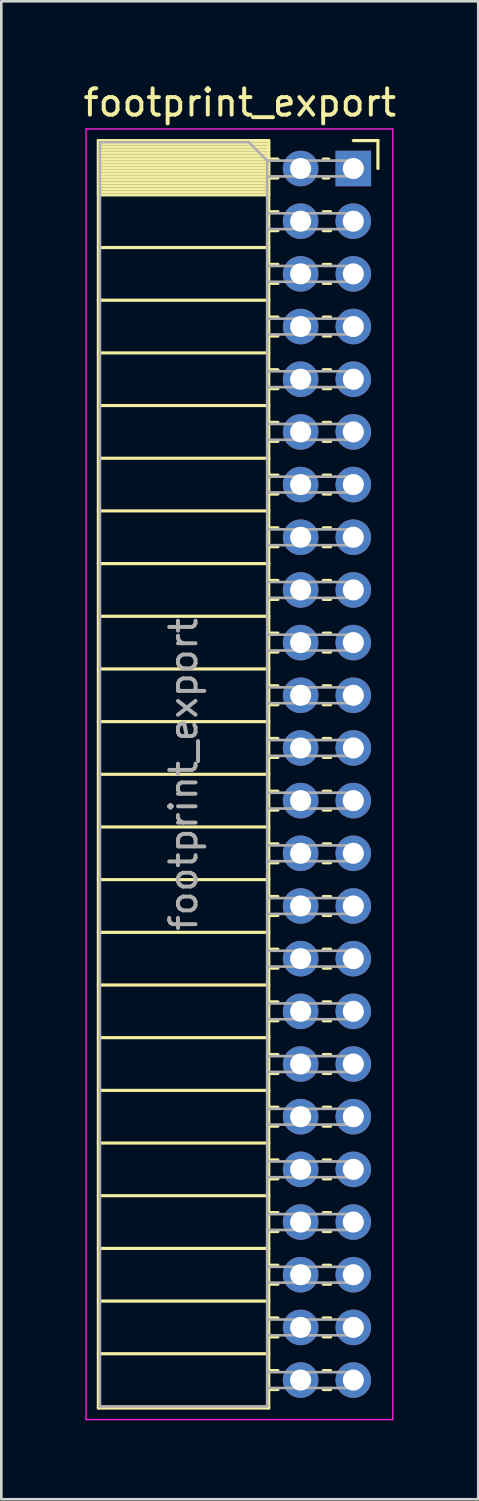
<source format=kicad_pcb>
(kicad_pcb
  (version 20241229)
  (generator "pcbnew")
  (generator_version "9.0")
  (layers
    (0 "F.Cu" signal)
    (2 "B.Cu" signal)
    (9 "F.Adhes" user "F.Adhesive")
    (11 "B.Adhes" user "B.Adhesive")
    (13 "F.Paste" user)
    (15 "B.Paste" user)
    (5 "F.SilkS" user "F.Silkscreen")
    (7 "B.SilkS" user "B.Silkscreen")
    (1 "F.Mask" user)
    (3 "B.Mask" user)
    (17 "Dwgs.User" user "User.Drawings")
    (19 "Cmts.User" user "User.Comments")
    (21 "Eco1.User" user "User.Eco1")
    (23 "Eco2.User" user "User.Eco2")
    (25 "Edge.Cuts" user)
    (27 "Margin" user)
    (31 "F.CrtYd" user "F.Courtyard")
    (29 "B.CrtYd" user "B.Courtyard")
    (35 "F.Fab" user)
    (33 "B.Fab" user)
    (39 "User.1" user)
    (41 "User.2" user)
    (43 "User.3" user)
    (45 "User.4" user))
  (footprint "footprint_export"
    (layer "F.Cu")
    (at 10.364 3.348)
    (property "Reference" "footprint_export" (at -4.31 -2.5 0) (layer "F.SilkS") (effects (font (size 1 1) (thickness 0.15))))
    (attr through_hole)
    (fp_line (start -9.68 -1.06) (end -9.68 47.06) (stroke (width 0.12) (type solid)) (layer "F.SilkS"))
    (fp_line (start -9.68 -1.06) (end -3.21 -1.06) (stroke (width 0.12) (type solid)) (layer "F.SilkS"))
    (fp_line (start -9.68 -0.94) (end -3.21 -0.94) (stroke (width 0.12) (type solid)) (layer "F.SilkS"))
    (fp_line (start -9.68 -0.826) (end -3.21 -0.826) (stroke (width 0.12) (type solid)) (layer "F.SilkS"))
    (fp_line (start -9.68 -0.712) (end -3.21 -0.712) (stroke (width 0.12) (type solid)) (layer "F.SilkS"))
    (fp_line (start -9.68 -0.598) (end -3.21 -0.598) (stroke (width 0.12) (type solid)) (layer "F.SilkS"))
    (fp_line (start -9.68 -0.484) (end -3.21 -0.484) (stroke (width 0.12) (type solid)) (layer "F.SilkS"))
    (fp_line (start -9.68 -0.369) (end -3.21 -0.369) (stroke (width 0.12) (type solid)) (layer "F.SilkS"))
    (fp_line (start -9.68 -0.255) (end -3.21 -0.255) (stroke (width 0.12) (type solid)) (layer "F.SilkS"))
    (fp_line (start -9.68 -0.141) (end -3.21 -0.141) (stroke (width 0.12) (type solid)) (layer "F.SilkS"))
    (fp_line (start -9.68 -0.027) (end -3.21 -0.027) (stroke (width 0.12) (type solid)) (layer "F.SilkS"))
    (fp_line (start -9.68 0.087) (end -3.21 0.087) (stroke (width 0.12) (type solid)) (layer "F.SilkS"))
    (fp_line (start -9.68 0.201) (end -3.21 0.201) (stroke (width 0.12) (type solid)) (layer "F.SilkS"))
    (fp_line (start -9.68 0.315) (end -3.21 0.315) (stroke (width 0.12) (type solid)) (layer "F.SilkS"))
    (fp_line (start -9.68 0.429) (end -3.21 0.429) (stroke (width 0.12) (type solid)) (layer "F.SilkS"))
    (fp_line (start -9.68 0.544) (end -3.21 0.544) (stroke (width 0.12) (type solid)) (layer "F.SilkS"))
    (fp_line (start -9.68 0.658) (end -3.21 0.658) (stroke (width 0.12) (type solid)) (layer "F.SilkS"))
    (fp_line (start -9.68 0.772) (end -3.21 0.772) (stroke (width 0.12) (type solid)) (layer "F.SilkS"))
    (fp_line (start -9.68 0.886) (end -3.21 0.886) (stroke (width 0.12) (type solid)) (layer "F.SilkS"))
    (fp_line (start -9.68 1) (end -3.21 1) (stroke (width 0.12) (type solid)) (layer "F.SilkS"))
    (fp_line (start -9.68 3) (end -3.21 3) (stroke (width 0.12) (type solid)) (layer "F.SilkS"))
    (fp_line (start -9.68 5) (end -3.21 5) (stroke (width 0.12) (type solid)) (layer "F.SilkS"))
    (fp_line (start -9.68 7) (end -3.21 7) (stroke (width 0.12) (type solid)) (layer "F.SilkS"))
    (fp_line (start -9.68 9) (end -3.21 9) (stroke (width 0.12) (type solid)) (layer "F.SilkS"))
    (fp_line (start -9.68 11) (end -3.21 11) (stroke (width 0.12) (type solid)) (layer "F.SilkS"))
    (fp_line (start -9.68 13) (end -3.21 13) (stroke (width 0.12) (type solid)) (layer "F.SilkS"))
    (fp_line (start -9.68 15) (end -3.21 15) (stroke (width 0.12) (type solid)) (layer "F.SilkS"))
    (fp_line (start -9.68 17) (end -3.21 17) (stroke (width 0.12) (type solid)) (layer "F.SilkS"))
    (fp_line (start -9.68 19) (end -3.21 19) (stroke (width 0.12) (type solid)) (layer "F.SilkS"))
    (fp_line (start -9.68 21) (end -3.21 21) (stroke (width 0.12) (type solid)) (layer "F.SilkS"))
    (fp_line (start -9.68 23) (end -3.21 23) (stroke (width 0.12) (type solid)) (layer "F.SilkS"))
    (fp_line (start -9.68 25) (end -3.21 25) (stroke (width 0.12) (type solid)) (layer "F.SilkS"))
    (fp_line (start -9.68 27) (end -3.21 27) (stroke (width 0.12) (type solid)) (layer "F.SilkS"))
    (fp_line (start -9.68 29) (end -3.21 29) (stroke (width 0.12) (type solid)) (layer "F.SilkS"))
    (fp_line (start -9.68 31) (end -3.21 31) (stroke (width 0.12) (type solid)) (layer "F.SilkS"))
    (fp_line (start -9.68 33) (end -3.21 33) (stroke (width 0.12) (type solid)) (layer "F.SilkS"))
    (fp_line (start -9.68 35) (end -3.21 35) (stroke (width 0.12) (type solid)) (layer "F.SilkS"))
    (fp_line (start -9.68 37) (end -3.21 37) (stroke (width 0.12) (type solid)) (layer "F.SilkS"))
    (fp_line (start -9.68 39) (end -3.21 39) (stroke (width 0.12) (type solid)) (layer "F.SilkS"))
    (fp_line (start -9.68 41) (end -3.21 41) (stroke (width 0.12) (type solid)) (layer "F.SilkS"))
    (fp_line (start -9.68 43) (end -3.21 43) (stroke (width 0.12) (type solid)) (layer "F.SilkS"))
    (fp_line (start -9.68 45) (end -3.21 45) (stroke (width 0.12) (type solid)) (layer "F.SilkS"))
    (fp_line (start -9.68 47.06) (end -3.21 47.06) (stroke (width 0.12) (type solid)) (layer "F.SilkS"))
    (fp_line (start -3.21 -1.06) (end -3.21 47.06) (stroke (width 0.12) (type solid)) (layer "F.SilkS"))
    (fp_line (start -3.21 -0.36) (end -2.863 -0.36) (stroke (width 0.12) (type solid)) (layer "F.SilkS"))
    (fp_line (start -3.21 0.36) (end -2.863 0.36) (stroke (width 0.12) (type solid)) (layer "F.SilkS"))
    (fp_line (start -3.21 1.64) (end -2.863 1.64) (stroke (width 0.12) (type solid)) (layer "F.SilkS"))
    (fp_line (start -3.21 2.36) (end -2.863 2.36) (stroke (width 0.12) (type solid)) (layer "F.SilkS"))
    (fp_line (start -3.21 3.64) (end -2.863 3.64) (stroke (width 0.12) (type solid)) (layer "F.SilkS"))
    (fp_line (start -3.21 4.36) (end -2.863 4.36) (stroke (width 0.12) (type solid)) (layer "F.SilkS"))
    (fp_line (start -3.21 5.64) (end -2.863 5.64) (stroke (width 0.12) (type solid)) (layer "F.SilkS"))
    (fp_line (start -3.21 6.36) (end -2.863 6.36) (stroke (width 0.12) (type solid)) (layer "F.SilkS"))
    (fp_line (start -3.21 7.64) (end -2.863 7.64) (stroke (width 0.12) (type solid)) (layer "F.SilkS"))
    (fp_line (start -3.21 8.36) (end -2.863 8.36) (stroke (width 0.12) (type solid)) (layer "F.SilkS"))
    (fp_line (start -3.21 9.64) (end -2.863 9.64) (stroke (width 0.12) (type solid)) (layer "F.SilkS"))
    (fp_line (start -3.21 10.36) (end -2.863 10.36) (stroke (width 0.12) (type solid)) (layer "F.SilkS"))
    (fp_line (start -3.21 11.64) (end -2.863 11.64) (stroke (width 0.12) (type solid)) (layer "F.SilkS"))
    (fp_line (start -3.21 12.36) (end -2.863 12.36) (stroke (width 0.12) (type solid)) (layer "F.SilkS"))
    (fp_line (start -3.21 13.64) (end -2.863 13.64) (stroke (width 0.12) (type solid)) (layer "F.SilkS"))
    (fp_line (start -3.21 14.36) (end -2.863 14.36) (stroke (width 0.12) (type solid)) (layer "F.SilkS"))
    (fp_line (start -3.21 15.64) (end -2.863 15.64) (stroke (width 0.12) (type solid)) (layer "F.SilkS"))
    (fp_line (start -3.21 16.36) (end -2.863 16.36) (stroke (width 0.12) (type solid)) (layer "F.SilkS"))
    (fp_line (start -3.21 17.64) (end -2.863 17.64) (stroke (width 0.12) (type solid)) (layer "F.SilkS"))
    (fp_line (start -3.21 18.36) (end -2.863 18.36) (stroke (width 0.12) (type solid)) (layer "F.SilkS"))
    (fp_line (start -3.21 19.64) (end -2.863 19.64) (stroke (width 0.12) (type solid)) (layer "F.SilkS"))
    (fp_line (start -3.21 20.36) (end -2.863 20.36) (stroke (width 0.12) (type solid)) (layer "F.SilkS"))
    (fp_line (start -3.21 21.64) (end -2.863 21.64) (stroke (width 0.12) (type solid)) (layer "F.SilkS"))
    (fp_line (start -3.21 22.36) (end -2.863 22.36) (stroke (width 0.12) (type solid)) (layer "F.SilkS"))
    (fp_line (start -3.21 23.64) (end -2.863 23.64) (stroke (width 0.12) (type solid)) (layer "F.SilkS"))
    (fp_line (start -3.21 24.36) (end -2.863 24.36) (stroke (width 0.12) (type solid)) (layer "F.SilkS"))
    (fp_line (start -3.21 25.64) (end -2.863 25.64) (stroke (width 0.12) (type solid)) (layer "F.SilkS"))
    (fp_line (start -3.21 26.36) (end -2.863 26.36) (stroke (width 0.12) (type solid)) (layer "F.SilkS"))
    (fp_line (start -3.21 27.64) (end -2.863 27.64) (stroke (width 0.12) (type solid)) (layer "F.SilkS"))
    (fp_line (start -3.21 28.36) (end -2.863 28.36) (stroke (width 0.12) (type solid)) (layer "F.SilkS"))
    (fp_line (start -3.21 29.64) (end -2.863 29.64) (stroke (width 0.12) (type solid)) (layer "F.SilkS"))
    (fp_line (start -3.21 30.36) (end -2.863 30.36) (stroke (width 0.12) (type solid)) (layer "F.SilkS"))
    (fp_line (start -3.21 31.64) (end -2.863 31.64) (stroke (width 0.12) (type solid)) (layer "F.SilkS"))
    (fp_line (start -3.21 32.36) (end -2.863 32.36) (stroke (width 0.12) (type solid)) (layer "F.SilkS"))
    (fp_line (start -3.21 33.64) (end -2.863 33.64) (stroke (width 0.12) (type solid)) (layer "F.SilkS"))
    (fp_line (start -3.21 34.36) (end -2.863 34.36) (stroke (width 0.12) (type solid)) (layer "F.SilkS"))
    (fp_line (start -3.21 35.64) (end -2.863 35.64) (stroke (width 0.12) (type solid)) (layer "F.SilkS"))
    (fp_line (start -3.21 36.36) (end -2.863 36.36) (stroke (width 0.12) (type solid)) (layer "F.SilkS"))
    (fp_line (start -3.21 37.64) (end -2.863 37.64) (stroke (width 0.12) (type solid)) (layer "F.SilkS"))
    (fp_line (start -3.21 38.36) (end -2.863 38.36) (stroke (width 0.12) (type solid)) (layer "F.SilkS"))
    (fp_line (start -3.21 39.64) (end -2.863 39.64) (stroke (width 0.12) (type solid)) (layer "F.SilkS"))
    (fp_line (start -3.21 40.36) (end -2.863 40.36) (stroke (width 0.12) (type solid)) (layer "F.SilkS"))
    (fp_line (start -3.21 41.64) (end -2.863 41.64) (stroke (width 0.12) (type solid)) (layer "F.SilkS"))
    (fp_line (start -3.21 42.36) (end -2.863 42.36) (stroke (width 0.12) (type solid)) (layer "F.SilkS"))
    (fp_line (start -3.21 43.64) (end -2.863 43.64) (stroke (width 0.12) (type solid)) (layer "F.SilkS"))
    (fp_line (start -3.21 44.36) (end -2.863 44.36) (stroke (width 0.12) (type solid)) (layer "F.SilkS"))
    (fp_line (start -3.21 45.64) (end -2.863 45.64) (stroke (width 0.12) (type solid)) (layer "F.SilkS"))
    (fp_line (start -3.21 46.36) (end -2.863 46.36) (stroke (width 0.12) (type solid)) (layer "F.SilkS"))
    (fp_line (start -1.137 -0.36) (end -0.935 -0.36) (stroke (width 0.12) (type solid)) (layer "F.SilkS"))
    (fp_line (start -1.137 0.36) (end -0.935 0.36) (stroke (width 0.12) (type solid)) (layer "F.SilkS"))
    (fp_line (start -1.137 1.64) (end -0.863 1.64) (stroke (width 0.12) (type solid)) (layer "F.SilkS"))
    (fp_line (start -1.137 2.36) (end -0.863 2.36) (stroke (width 0.12) (type solid)) (layer "F.SilkS"))
    (fp_line (start -1.137 3.64) (end -0.863 3.64) (stroke (width 0.12) (type solid)) (layer "F.SilkS"))
    (fp_line (start -1.137 4.36) (end -0.863 4.36) (stroke (width 0.12) (type solid)) (layer "F.SilkS"))
    (fp_line (start -1.137 5.64) (end -0.863 5.64) (stroke (width 0.12) (type solid)) (layer "F.SilkS"))
    (fp_line (start -1.137 6.36) (end -0.863 6.36) (stroke (width 0.12) (type solid)) (layer "F.SilkS"))
    (fp_line (start -1.137 7.64) (end -0.863 7.64) (stroke (width 0.12) (type solid)) (layer "F.SilkS"))
    (fp_line (start -1.137 8.36) (end -0.863 8.36) (stroke (width 0.12) (type solid)) (layer "F.SilkS"))
    (fp_line (start -1.137 9.64) (end -0.863 9.64) (stroke (width 0.12) (type solid)) (layer "F.SilkS"))
    (fp_line (start -1.137 10.36) (end -0.863 10.36) (stroke (width 0.12) (type solid)) (layer "F.SilkS"))
    (fp_line (start -1.137 11.64) (end -0.863 11.64) (stroke (width 0.12) (type solid)) (layer "F.SilkS"))
    (fp_line (start -1.137 12.36) (end -0.863 12.36) (stroke (width 0.12) (type solid)) (layer "F.SilkS"))
    (fp_line (start -1.137 13.64) (end -0.863 13.64) (stroke (width 0.12) (type solid)) (layer "F.SilkS"))
    (fp_line (start -1.137 14.36) (end -0.863 14.36) (stroke (width 0.12) (type solid)) (layer "F.SilkS"))
    (fp_line (start -1.137 15.64) (end -0.863 15.64) (stroke (width 0.12) (type solid)) (layer "F.SilkS"))
    (fp_line (start -1.137 16.36) (end -0.863 16.36) (stroke (width 0.12) (type solid)) (layer "F.SilkS"))
    (fp_line (start -1.137 17.64) (end -0.863 17.64) (stroke (width 0.12) (type solid)) (layer "F.SilkS"))
    (fp_line (start -1.137 18.36) (end -0.863 18.36) (stroke (width 0.12) (type solid)) (layer "F.SilkS"))
    (fp_line (start -1.137 19.64) (end -0.863 19.64) (stroke (width 0.12) (type solid)) (layer "F.SilkS"))
    (fp_line (start -1.137 20.36) (end -0.863 20.36) (stroke (width 0.12) (type solid)) (layer "F.SilkS"))
    (fp_line (start -1.137 21.64) (end -0.863 21.64) (stroke (width 0.12) (type solid)) (layer "F.SilkS"))
    (fp_line (start -1.137 22.36) (end -0.863 22.36) (stroke (width 0.12) (type solid)) (layer "F.SilkS"))
    (fp_line (start -1.137 23.64) (end -0.863 23.64) (stroke (width 0.12) (type solid)) (layer "F.SilkS"))
    (fp_line (start -1.137 24.36) (end -0.863 24.36) (stroke (width 0.12) (type solid)) (layer "F.SilkS"))
    (fp_line (start -1.137 25.64) (end -0.863 25.64) (stroke (width 0.12) (type solid)) (layer "F.SilkS"))
    (fp_line (start -1.137 26.36) (end -0.863 26.36) (stroke (width 0.12) (type solid)) (layer "F.SilkS"))
    (fp_line (start -1.137 27.64) (end -0.863 27.64) (stroke (width 0.12) (type solid)) (layer "F.SilkS"))
    (fp_line (start -1.137 28.36) (end -0.863 28.36) (stroke (width 0.12) (type solid)) (layer "F.SilkS"))
    (fp_line (start -1.137 29.64) (end -0.863 29.64) (stroke (width 0.12) (type solid)) (layer "F.SilkS"))
    (fp_line (start -1.137 30.36) (end -0.863 30.36) (stroke (width 0.12) (type solid)) (layer "F.SilkS"))
    (fp_line (start -1.137 31.64) (end -0.863 31.64) (stroke (width 0.12) (type solid)) (layer "F.SilkS"))
    (fp_line (start -1.137 32.36) (end -0.863 32.36) (stroke (width 0.12) (type solid)) (layer "F.SilkS"))
    (fp_line (start -1.137 33.64) (end -0.863 33.64) (stroke (width 0.12) (type solid)) (layer "F.SilkS"))
    (fp_line (start -1.137 34.36) (end -0.863 34.36) (stroke (width 0.12) (type solid)) (layer "F.SilkS"))
    (fp_line (start -1.137 35.64) (end -0.863 35.64) (stroke (width 0.12) (type solid)) (layer "F.SilkS"))
    (fp_line (start -1.137 36.36) (end -0.863 36.36) (stroke (width 0.12) (type solid)) (layer "F.SilkS"))
    (fp_line (start -1.137 37.64) (end -0.863 37.64) (stroke (width 0.12) (type solid)) (layer "F.SilkS"))
    (fp_line (start -1.137 38.36) (end -0.863 38.36) (stroke (width 0.12) (type solid)) (layer "F.SilkS"))
    (fp_line (start -1.137 39.64) (end -0.863 39.64) (stroke (width 0.12) (type solid)) (layer "F.SilkS"))
    (fp_line (start -1.137 40.36) (end -0.863 40.36) (stroke (width 0.12) (type solid)) (layer "F.SilkS"))
    (fp_line (start -1.137 41.64) (end -0.863 41.64) (stroke (width 0.12) (type solid)) (layer "F.SilkS"))
    (fp_line (start -1.137 42.36) (end -0.863 42.36) (stroke (width 0.12) (type solid)) (layer "F.SilkS"))
    (fp_line (start -1.137 43.64) (end -0.863 43.64) (stroke (width 0.12) (type solid)) (layer "F.SilkS"))
    (fp_line (start -1.137 44.36) (end -0.863 44.36) (stroke (width 0.12) (type solid)) (layer "F.SilkS"))
    (fp_line (start -1.137 45.64) (end -0.863 45.64) (stroke (width 0.12) (type solid)) (layer "F.SilkS"))
    (fp_line (start -1.137 46.36) (end -0.863 46.36) (stroke (width 0.12) (type solid)) (layer "F.SilkS"))
    (fp_line (start 0 -1.06) (end 0.935 -1.06) (stroke (width 0.12) (type solid)) (layer "F.SilkS"))
    (fp_line (start 0.935 -1.06) (end 0.935 0) (stroke (width 0.12) (type solid)) (layer "F.SilkS"))
    (fp_line (start -10.15 -1.5) (end -10.15 47.5) (stroke (width 0.05) (type solid)) (layer "F.CrtYd"))
    (fp_line (start -10.15 47.5) (end 1.5 47.5) (stroke (width 0.05) (type solid)) (layer "F.CrtYd"))
    (fp_line (start 1.5 -1.5) (end -10.15 -1.5) (stroke (width 0.05) (type solid)) (layer "F.CrtYd"))
    (fp_line (start 1.5 47.5) (end 1.5 -1.5) (stroke (width 0.05) (type solid)) (layer "F.CrtYd"))
    (fp_line (start -9.62 -1) (end -3.97 -1) (stroke (width 0.1) (type solid)) (layer "F.Fab"))
    (fp_line (start -9.62 47) (end -9.62 -1) (stroke (width 0.1) (type solid)) (layer "F.Fab"))
    (fp_line (start -3.97 -1) (end -3.27 -0.3) (stroke (width 0.1) (type solid)) (layer "F.Fab"))
    (fp_line (start -3.27 -0.3) (end -3.27 47) (stroke (width 0.1) (type solid)) (layer "F.Fab"))
    (fp_line (start -3.27 0.3) (end 0 0.3) (stroke (width 0.1) (type solid)) (layer "F.Fab"))
    (fp_line (start -3.27 2.3) (end 0 2.3) (stroke (width 0.1) (type solid)) (layer "F.Fab"))
    (fp_line (start -3.27 4.3) (end 0 4.3) (stroke (width 0.1) (type solid)) (layer "F.Fab"))
    (fp_line (start -3.27 6.3) (end 0 6.3) (stroke (width 0.1) (type solid)) (layer "F.Fab"))
    (fp_line (start -3.27 8.3) (end 0 8.3) (stroke (width 0.1) (type solid)) (layer "F.Fab"))
    (fp_line (start -3.27 10.3) (end 0 10.3) (stroke (width 0.1) (type solid)) (layer "F.Fab"))
    (fp_line (start -3.27 12.3) (end 0 12.3) (stroke (width 0.1) (type solid)) (layer "F.Fab"))
    (fp_line (start -3.27 14.3) (end 0 14.3) (stroke (width 0.1) (type solid)) (layer "F.Fab"))
    (fp_line (start -3.27 16.3) (end 0 16.3) (stroke (width 0.1) (type solid)) (layer "F.Fab"))
    (fp_line (start -3.27 18.3) (end 0 18.3) (stroke (width 0.1) (type solid)) (layer "F.Fab"))
    (fp_line (start -3.27 20.3) (end 0 20.3) (stroke (width 0.1) (type solid)) (layer "F.Fab"))
    (fp_line (start -3.27 22.3) (end 0 22.3) (stroke (width 0.1) (type solid)) (layer "F.Fab"))
    (fp_line (start -3.27 24.3) (end 0 24.3) (stroke (width 0.1) (type solid)) (layer "F.Fab"))
    (fp_line (start -3.27 26.3) (end 0 26.3) (stroke (width 0.1) (type solid)) (layer "F.Fab"))
    (fp_line (start -3.27 28.3) (end 0 28.3) (stroke (width 0.1) (type solid)) (layer "F.Fab"))
    (fp_line (start -3.27 30.3) (end 0 30.3) (stroke (width 0.1) (type solid)) (layer "F.Fab"))
    (fp_line (start -3.27 32.3) (end 0 32.3) (stroke (width 0.1) (type solid)) (layer "F.Fab"))
    (fp_line (start -3.27 34.3) (end 0 34.3) (stroke (width 0.1) (type solid)) (layer "F.Fab"))
    (fp_line (start -3.27 36.3) (end 0 36.3) (stroke (width 0.1) (type solid)) (layer "F.Fab"))
    (fp_line (start -3.27 38.3) (end 0 38.3) (stroke (width 0.1) (type solid)) (layer "F.Fab"))
    (fp_line (start -3.27 40.3) (end 0 40.3) (stroke (width 0.1) (type solid)) (layer "F.Fab"))
    (fp_line (start -3.27 42.3) (end 0 42.3) (stroke (width 0.1) (type solid)) (layer "F.Fab"))
    (fp_line (start -3.27 44.3) (end 0 44.3) (stroke (width 0.1) (type solid)) (layer "F.Fab"))
    (fp_line (start -3.27 46.3) (end 0 46.3) (stroke (width 0.1) (type solid)) (layer "F.Fab"))
    (fp_line (start -3.27 47) (end -9.62 47) (stroke (width 0.1) (type solid)) (layer "F.Fab"))
    (fp_line (start 0 -0.3) (end -3.27 -0.3) (stroke (width 0.1) (type solid)) (layer "F.Fab"))
    (fp_line (start 0 0.3) (end 0 -0.3) (stroke (width 0.1) (type solid)) (layer "F.Fab"))
    (fp_line (start 0 1.7) (end -3.27 1.7) (stroke (width 0.1) (type solid)) (layer "F.Fab"))
    (fp_line (start 0 2.3) (end 0 1.7) (stroke (width 0.1) (type solid)) (layer "F.Fab"))
    (fp_line (start 0 3.7) (end -3.27 3.7) (stroke (width 0.1) (type solid)) (layer "F.Fab"))
    (fp_line (start 0 4.3) (end 0 3.7) (stroke (width 0.1) (type solid)) (layer "F.Fab"))
    (fp_line (start 0 5.7) (end -3.27 5.7) (stroke (width 0.1) (type solid)) (layer "F.Fab"))
    (fp_line (start 0 6.3) (end 0 5.7) (stroke (width 0.1) (type solid)) (layer "F.Fab"))
    (fp_line (start 0 7.7) (end -3.27 7.7) (stroke (width 0.1) (type solid)) (layer "F.Fab"))
    (fp_line (start 0 8.3) (end 0 7.7) (stroke (width 0.1) (type solid)) (layer "F.Fab"))
    (fp_line (start 0 9.7) (end -3.27 9.7) (stroke (width 0.1) (type solid)) (layer "F.Fab"))
    (fp_line (start 0 10.3) (end 0 9.7) (stroke (width 0.1) (type solid)) (layer "F.Fab"))
    (fp_line (start 0 11.7) (end -3.27 11.7) (stroke (width 0.1) (type solid)) (layer "F.Fab"))
    (fp_line (start 0 12.3) (end 0 11.7) (stroke (width 0.1) (type solid)) (layer "F.Fab"))
    (fp_line (start 0 13.7) (end -3.27 13.7) (stroke (width 0.1) (type solid)) (layer "F.Fab"))
    (fp_line (start 0 14.3) (end 0 13.7) (stroke (width 0.1) (type solid)) (layer "F.Fab"))
    (fp_line (start 0 15.7) (end -3.27 15.7) (stroke (width 0.1) (type solid)) (layer "F.Fab"))
    (fp_line (start 0 16.3) (end 0 15.7) (stroke (width 0.1) (type solid)) (layer "F.Fab"))
    (fp_line (start 0 17.7) (end -3.27 17.7) (stroke (width 0.1) (type solid)) (layer "F.Fab"))
    (fp_line (start 0 18.3) (end 0 17.7) (stroke (width 0.1) (type solid)) (layer "F.Fab"))
    (fp_line (start 0 19.7) (end -3.27 19.7) (stroke (width 0.1) (type solid)) (layer "F.Fab"))
    (fp_line (start 0 20.3) (end 0 19.7) (stroke (width 0.1) (type solid)) (layer "F.Fab"))
    (fp_line (start 0 21.7) (end -3.27 21.7) (stroke (width 0.1) (type solid)) (layer "F.Fab"))
    (fp_line (start 0 22.3) (end 0 21.7) (stroke (width 0.1) (type solid)) (layer "F.Fab"))
    (fp_line (start 0 23.7) (end -3.27 23.7) (stroke (width 0.1) (type solid)) (layer "F.Fab"))
    (fp_line (start 0 24.3) (end 0 23.7) (stroke (width 0.1) (type solid)) (layer "F.Fab"))
    (fp_line (start 0 25.7) (end -3.27 25.7) (stroke (width 0.1) (type solid)) (layer "F.Fab"))
    (fp_line (start 0 26.3) (end 0 25.7) (stroke (width 0.1) (type solid)) (layer "F.Fab"))
    (fp_line (start 0 27.7) (end -3.27 27.7) (stroke (width 0.1) (type solid)) (layer "F.Fab"))
    (fp_line (start 0 28.3) (end 0 27.7) (stroke (width 0.1) (type solid)) (layer "F.Fab"))
    (fp_line (start 0 29.7) (end -3.27 29.7) (stroke (width 0.1) (type solid)) (layer "F.Fab"))
    (fp_line (start 0 30.3) (end 0 29.7) (stroke (width 0.1) (type solid)) (layer "F.Fab"))
    (fp_line (start 0 31.7) (end -3.27 31.7) (stroke (width 0.1) (type solid)) (layer "F.Fab"))
    (fp_line (start 0 32.3) (end 0 31.7) (stroke (width 0.1) (type solid)) (layer "F.Fab"))
    (fp_line (start 0 33.7) (end -3.27 33.7) (stroke (width 0.1) (type solid)) (layer "F.Fab"))
    (fp_line (start 0 34.3) (end 0 33.7) (stroke (width 0.1) (type solid)) (layer "F.Fab"))
    (fp_line (start 0 35.7) (end -3.27 35.7) (stroke (width 0.1) (type solid)) (layer "F.Fab"))
    (fp_line (start 0 36.3) (end 0 35.7) (stroke (width 0.1) (type solid)) (layer "F.Fab"))
    (fp_line (start 0 37.7) (end -3.27 37.7) (stroke (width 0.1) (type solid)) (layer "F.Fab"))
    (fp_line (start 0 38.3) (end 0 37.7) (stroke (width 0.1) (type solid)) (layer "F.Fab"))
    (fp_line (start 0 39.7) (end -3.27 39.7) (stroke (width 0.1) (type solid)) (layer "F.Fab"))
    (fp_line (start 0 40.3) (end 0 39.7) (stroke (width 0.1) (type solid)) (layer "F.Fab"))
    (fp_line (start 0 41.7) (end -3.27 41.7) (stroke (width 0.1) (type solid)) (layer "F.Fab"))
    (fp_line (start 0 42.3) (end 0 41.7) (stroke (width 0.1) (type solid)) (layer "F.Fab"))
    (fp_line (start 0 43.7) (end -3.27 43.7) (stroke (width 0.1) (type solid)) (layer "F.Fab"))
    (fp_line (start 0 44.3) (end 0 43.7) (stroke (width 0.1) (type solid)) (layer "F.Fab"))
    (fp_line (start 0 45.7) (end -3.27 45.7) (stroke (width 0.1) (type solid)) (layer "F.Fab"))
    (fp_line (start 0 46.3) (end 0 45.7) (stroke (width 0.1) (type solid)) (layer "F.Fab"))
    (fp_text user "${REFERENCE}" (at -6.445 23 90) (layer "F.Fab") (effects (font (size 1 1) (thickness 0.15))))
    (pad "1" thru_hole rect (at 0 0) (size 1.35 1.35) (drill 0.8) (layers "*.Cu" "*.Mask"))
    (pad "2" thru_hole oval (at -2 0) (size 1.35 1.35) (drill 0.8) (layers "*.Cu" "*.Mask"))
    (pad "3" thru_hole oval (at 0 2) (size 1.35 1.35) (drill 0.8) (layers "*.Cu" "*.Mask"))
    (pad "4" thru_hole oval (at -2 2) (size 1.35 1.35) (drill 0.8) (layers "*.Cu" "*.Mask"))
    (pad "5" thru_hole oval (at 0 4) (size 1.35 1.35) (drill 0.8) (layers "*.Cu" "*.Mask"))
    (pad "6" thru_hole oval (at -2 4) (size 1.35 1.35) (drill 0.8) (layers "*.Cu" "*.Mask"))
    (pad "7" thru_hole oval (at 0 6) (size 1.35 1.35) (drill 0.8) (layers "*.Cu" "*.Mask"))
    (pad "8" thru_hole oval (at -2 6) (size 1.35 1.35) (drill 0.8) (layers "*.Cu" "*.Mask"))
    (pad "9" thru_hole oval (at 0 8) (size 1.35 1.35) (drill 0.8) (layers "*.Cu" "*.Mask"))
    (pad "10" thru_hole oval (at -2 8) (size 1.35 1.35) (drill 0.8) (layers "*.Cu" "*.Mask"))
    (pad "11" thru_hole oval (at 0 10) (size 1.35 1.35) (drill 0.8) (layers "*.Cu" "*.Mask"))
    (pad "12" thru_hole oval (at -2 10) (size 1.35 1.35) (drill 0.8) (layers "*.Cu" "*.Mask"))
    (pad "13" thru_hole oval (at 0 12) (size 1.35 1.35) (drill 0.8) (layers "*.Cu" "*.Mask"))
    (pad "14" thru_hole oval (at -2 12) (size 1.35 1.35) (drill 0.8) (layers "*.Cu" "*.Mask"))
    (pad "15" thru_hole oval (at 0 14) (size 1.35 1.35) (drill 0.8) (layers "*.Cu" "*.Mask"))
    (pad "16" thru_hole oval (at -2 14) (size 1.35 1.35) (drill 0.8) (layers "*.Cu" "*.Mask"))
    (pad "17" thru_hole oval (at 0 16) (size 1.35 1.35) (drill 0.8) (layers "*.Cu" "*.Mask"))
    (pad "18" thru_hole oval (at -2 16) (size 1.35 1.35) (drill 0.8) (layers "*.Cu" "*.Mask"))
    (pad "19" thru_hole oval (at 0 18) (size 1.35 1.35) (drill 0.8) (layers "*.Cu" "*.Mask"))
    (pad "20" thru_hole oval (at -2 18) (size 1.35 1.35) (drill 0.8) (layers "*.Cu" "*.Mask"))
    (pad "21" thru_hole oval (at 0 20) (size 1.35 1.35) (drill 0.8) (layers "*.Cu" "*.Mask"))
    (pad "22" thru_hole oval (at -2 20) (size 1.35 1.35) (drill 0.8) (layers "*.Cu" "*.Mask"))
    (pad "23" thru_hole oval (at 0 22) (size 1.35 1.35) (drill 0.8) (layers "*.Cu" "*.Mask"))
    (pad "24" thru_hole oval (at -2 22) (size 1.35 1.35) (drill 0.8) (layers "*.Cu" "*.Mask"))
    (pad "25" thru_hole oval (at 0 24) (size 1.35 1.35) (drill 0.8) (layers "*.Cu" "*.Mask"))
    (pad "26" thru_hole oval (at -2 24) (size 1.35 1.35) (drill 0.8) (layers "*.Cu" "*.Mask"))
    (pad "27" thru_hole oval (at 0 26) (size 1.35 1.35) (drill 0.8) (layers "*.Cu" "*.Mask"))
    (pad "28" thru_hole oval (at -2 26) (size 1.35 1.35) (drill 0.8) (layers "*.Cu" "*.Mask"))
    (pad "29" thru_hole oval (at 0 28) (size 1.35 1.35) (drill 0.8) (layers "*.Cu" "*.Mask"))
    (pad "30" thru_hole oval (at -2 28) (size 1.35 1.35) (drill 0.8) (layers "*.Cu" "*.Mask"))
    (pad "31" thru_hole oval (at 0 30) (size 1.35 1.35) (drill 0.8) (layers "*.Cu" "*.Mask"))
    (pad "32" thru_hole oval (at -2 30) (size 1.35 1.35) (drill 0.8) (layers "*.Cu" "*.Mask"))
    (pad "33" thru_hole oval (at 0 32) (size 1.35 1.35) (drill 0.8) (layers "*.Cu" "*.Mask"))
    (pad "34" thru_hole oval (at -2 32) (size 1.35 1.35) (drill 0.8) (layers "*.Cu" "*.Mask"))
    (pad "35" thru_hole oval (at 0 34) (size 1.35 1.35) (drill 0.8) (layers "*.Cu" "*.Mask"))
    (pad "36" thru_hole oval (at -2 34) (size 1.35 1.35) (drill 0.8) (layers "*.Cu" "*.Mask"))
    (pad "37" thru_hole oval (at 0 36) (size 1.35 1.35) (drill 0.8) (layers "*.Cu" "*.Mask"))
    (pad "38" thru_hole oval (at -2 36) (size 1.35 1.35) (drill 0.8) (layers "*.Cu" "*.Mask"))
    (pad "39" thru_hole oval (at 0 38) (size 1.35 1.35) (drill 0.8) (layers "*.Cu" "*.Mask"))
    (pad "40" thru_hole oval (at -2 38) (size 1.35 1.35) (drill 0.8) (layers "*.Cu" "*.Mask"))
    (pad "41" thru_hole oval (at 0 40) (size 1.35 1.35) (drill 0.8) (layers "*.Cu" "*.Mask"))
    (pad "42" thru_hole oval (at -2 40) (size 1.35 1.35) (drill 0.8) (layers "*.Cu" "*.Mask"))
    (pad "43" thru_hole oval (at 0 42) (size 1.35 1.35) (drill 0.8) (layers "*.Cu" "*.Mask"))
    (pad "44" thru_hole oval (at -2 42) (size 1.35 1.35) (drill 0.8) (layers "*.Cu" "*.Mask"))
    (pad "45" thru_hole oval (at 0 44) (size 1.35 1.35) (drill 0.8) (layers "*.Cu" "*.Mask"))
    (pad "46" thru_hole oval (at -2 44) (size 1.35 1.35) (drill 0.8) (layers "*.Cu" "*.Mask"))
    (pad "47" thru_hole oval (at 0 46) (size 1.35 1.35) (drill 0.8) (layers "*.Cu" "*.Mask"))
    (pad "48" thru_hole oval (at -2 46) (size 1.35 1.35) (drill 0.8) (layers "*.Cu" "*.Mask")))
  (gr_rect
    (start -3 -3)
    (end 15.107 53.873)
    (stroke (width 0.1) (type default))
    (fill no)
    (layer "Edge.Cuts")))
</source>
